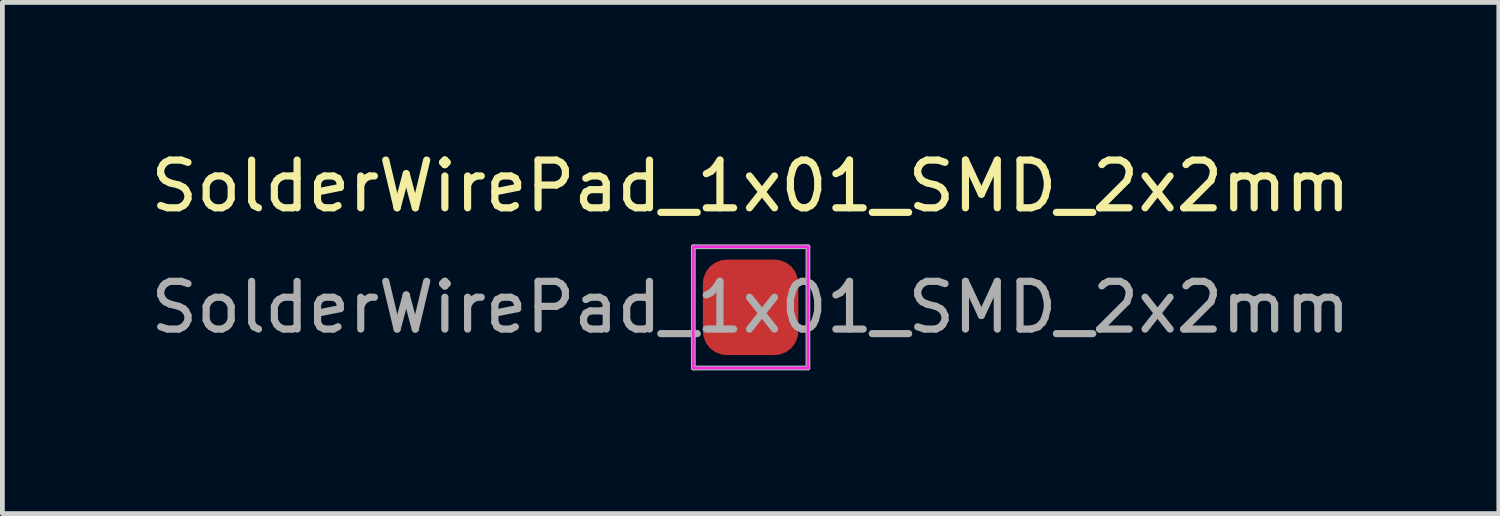
<source format=kicad_pcb>
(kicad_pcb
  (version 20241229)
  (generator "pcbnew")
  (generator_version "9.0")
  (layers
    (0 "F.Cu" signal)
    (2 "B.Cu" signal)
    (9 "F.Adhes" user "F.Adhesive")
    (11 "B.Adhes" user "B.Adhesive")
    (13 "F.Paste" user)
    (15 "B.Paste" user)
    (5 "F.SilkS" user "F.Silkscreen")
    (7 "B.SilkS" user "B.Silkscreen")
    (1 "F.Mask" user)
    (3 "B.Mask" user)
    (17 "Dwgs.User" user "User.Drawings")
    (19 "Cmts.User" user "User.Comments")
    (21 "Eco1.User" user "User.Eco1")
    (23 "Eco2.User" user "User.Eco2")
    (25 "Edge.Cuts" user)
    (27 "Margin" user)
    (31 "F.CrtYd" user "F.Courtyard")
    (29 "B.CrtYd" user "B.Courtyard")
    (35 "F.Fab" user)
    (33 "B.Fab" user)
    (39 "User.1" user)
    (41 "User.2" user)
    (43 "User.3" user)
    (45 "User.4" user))
  (footprint "SolderWirePad_1x01_SMD_2x2mm"
    (layer "F.Cu")
    (at 12.673 3.388)
    (property "Reference" "SolderWirePad_1x01_SMD_2x2mm" (at 0 -2.54 0) (layer "F.SilkS") (effects (font (size 1 1) (thickness 0.15))))
    (attr exclude_from_pos_files exclude_from_bom)
    (fp_line (start -1.2 -1.27) (end -1.2 1.27) (stroke (width 0.05) (type solid)) (layer "F.CrtYd"))
    (fp_line (start -1.2 1.27) (end 1.2 1.27) (stroke (width 0.05) (type solid)) (layer "F.CrtYd"))
    (fp_line (start 1.2 -1.27) (end -1.2 -1.27) (stroke (width 0.05) (type solid)) (layer "F.CrtYd"))
    (fp_line (start 1.2 1.27) (end 1.2 -1.27) (stroke (width 0.05) (type solid)) (layer "F.CrtYd"))
    (fp_line (start -1.2 -1.27) (end 1.2 -1.27) (stroke (width 0.1) (type solid)) (layer "F.Fab"))
    (fp_line (start -1.2 1.27) (end -1.2 -1.27) (stroke (width 0.1) (type solid)) (layer "F.Fab"))
    (fp_line (start 1.2 -1.27) (end 1.2 1.27) (stroke (width 0.1) (type solid)) (layer "F.Fab"))
    (fp_line (start 1.2 1.27) (end -1.2 1.27) (stroke (width 0.1) (type solid)) (layer "F.Fab"))
    (fp_text user "${REFERENCE}" (at 0 0 0) (layer "F.Fab") (effects (font (size 1 1) (thickness 0.15))))
    (pad "1" smd roundrect (at 0 0) (size 2 2) (layers "F.Cu" "F.Mask" "F.Paste") (roundrect_rratio 0.25)))
  (gr_rect
    (start -3 -3)
    (end 28.345 7.708)
    (stroke (width 0.1) (type default))
    (fill no)
    (layer "Edge.Cuts")))
</source>
